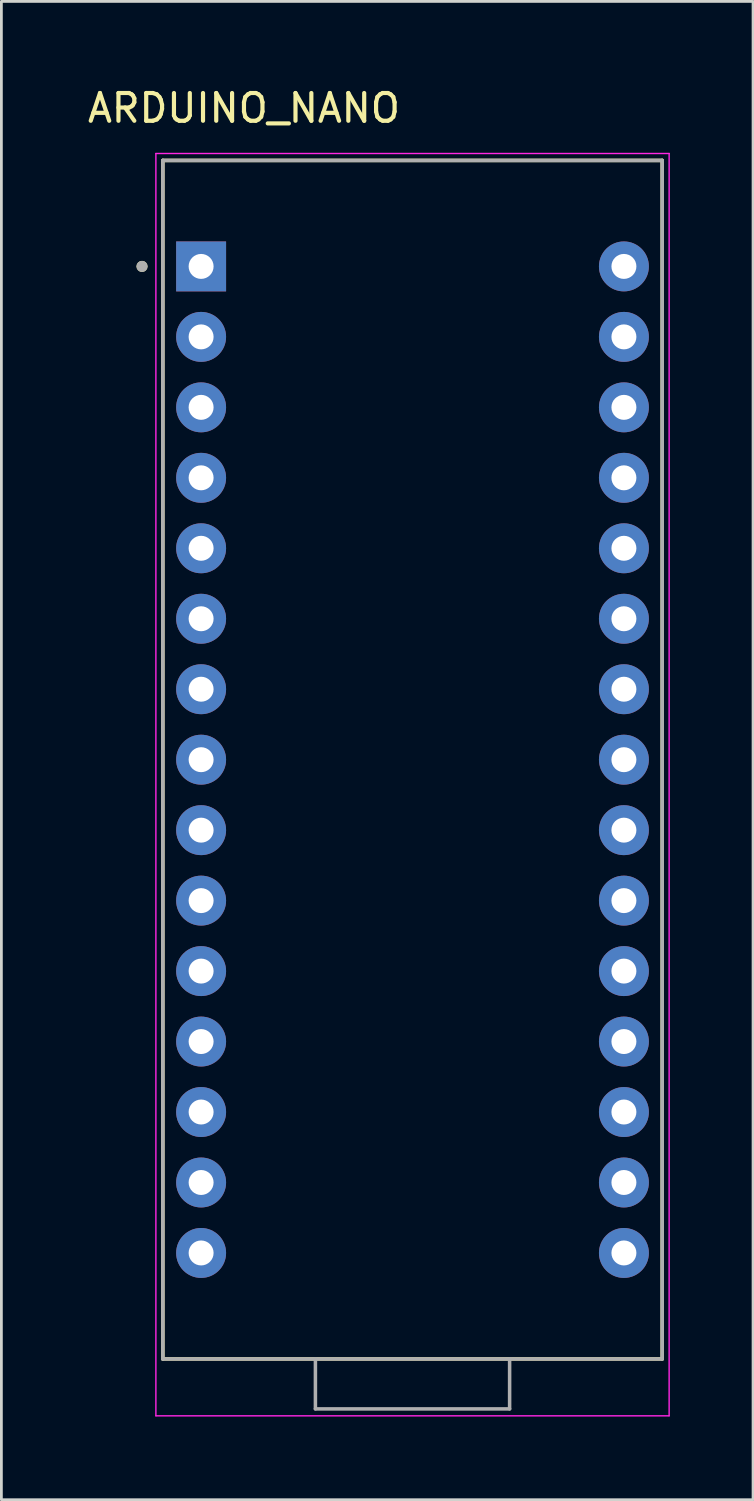
<source format=kicad_pcb>
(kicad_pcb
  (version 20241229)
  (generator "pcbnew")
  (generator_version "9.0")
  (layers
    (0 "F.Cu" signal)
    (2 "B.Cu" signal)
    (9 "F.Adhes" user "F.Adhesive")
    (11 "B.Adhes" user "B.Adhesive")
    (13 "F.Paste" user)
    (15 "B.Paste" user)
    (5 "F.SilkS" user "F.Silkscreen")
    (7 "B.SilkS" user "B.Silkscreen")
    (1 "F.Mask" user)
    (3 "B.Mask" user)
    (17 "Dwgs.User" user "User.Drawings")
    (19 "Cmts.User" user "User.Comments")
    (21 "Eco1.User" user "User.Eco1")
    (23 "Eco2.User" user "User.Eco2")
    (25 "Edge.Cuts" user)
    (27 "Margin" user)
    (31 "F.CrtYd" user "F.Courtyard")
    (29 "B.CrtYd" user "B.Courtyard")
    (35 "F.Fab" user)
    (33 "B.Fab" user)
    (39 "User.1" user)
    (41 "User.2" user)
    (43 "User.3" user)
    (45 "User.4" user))
  (footprint "ARDUINO_NANO"
    (layer "F.Cu")
    (at 11.819 24.333)
    (property "Reference" "ARDUINO_NANO" (at -6.075 -23.485 0) (layer "F.SilkS") (effects (font (size 1 1) (thickness 0.15))))
    (attr through_hole)
    (fp_line (start -9 -21.6) (end 9 -21.6) (stroke (width 0.127) (type solid)) (layer "F.SilkS"))
    (fp_line (start -9 21.6) (end -9 -21.6) (stroke (width 0.127) (type solid)) (layer "F.SilkS"))
    (fp_line (start 9 -21.6) (end 9 21.6) (stroke (width 0.127) (type solid)) (layer "F.SilkS"))
    (fp_line (start 9 21.6) (end -9 21.6) (stroke (width 0.127) (type solid)) (layer "F.SilkS"))
    (fp_circle (center -9.75 -17.78) (end -9.65 -17.78) (stroke (width 0.2) (type solid)) (fill no) (layer "F.SilkS"))
    (fp_line (start -9.25 -21.85) (end -9.25 23.65) (stroke (width 0.05) (type solid)) (layer "F.CrtYd"))
    (fp_line (start -9.25 23.65) (end 9.25 23.65) (stroke (width 0.05) (type solid)) (layer "F.CrtYd"))
    (fp_line (start 9.25 -21.85) (end -9.25 -21.85) (stroke (width 0.05) (type solid)) (layer "F.CrtYd"))
    (fp_line (start 9.25 23.65) (end 9.25 -21.85) (stroke (width 0.05) (type solid)) (layer "F.CrtYd"))
    (fp_line (start -9 -21.6) (end 9 -21.6) (stroke (width 0.127) (type solid)) (layer "F.Fab"))
    (fp_line (start -9 21.6) (end -9 -21.6) (stroke (width 0.127) (type solid)) (layer "F.Fab"))
    (fp_line (start -3.5 21.6) (end -9 21.6) (stroke (width 0.127) (type solid)) (layer "F.Fab"))
    (fp_line (start -3.5 21.6) (end -3.5 23.4) (stroke (width 0.127) (type solid)) (layer "F.Fab"))
    (fp_line (start -3.5 23.4) (end 3.5 23.4) (stroke (width 0.127) (type solid)) (layer "F.Fab"))
    (fp_line (start 3.5 21.6) (end -3.5 21.6) (stroke (width 0.127) (type solid)) (layer "F.Fab"))
    (fp_line (start 3.5 23.4) (end 3.5 21.6) (stroke (width 0.127) (type solid)) (layer "F.Fab"))
    (fp_line (start 9 -21.6) (end 9 21.6) (stroke (width 0.127) (type solid)) (layer "F.Fab"))
    (fp_line (start 9 21.6) (end 3.5 21.6) (stroke (width 0.127) (type solid)) (layer "F.Fab"))
    (fp_circle (center -9.75 -17.78) (end -9.65 -17.78) (stroke (width 0.2) (type solid)) (fill no) (layer "F.Fab"))
    (pad "1" thru_hole rect (at -7.62 -17.78) (size 1.8 1.8) (drill 0.9) (layers "*.Cu" "*.Mask"))
    (pad "2" thru_hole circle (at -7.62 -15.24) (size 1.8 1.8) (drill 0.9) (layers "*.Cu" "*.Mask"))
    (pad "3" thru_hole circle (at -7.62 -12.7) (size 1.8 1.8) (drill 0.9) (layers "*.Cu" "*.Mask"))
    (pad "4" thru_hole circle (at -7.62 -10.16) (size 1.8 1.8) (drill 0.9) (layers "*.Cu" "*.Mask"))
    (pad "5" thru_hole circle (at -7.62 -7.62) (size 1.8 1.8) (drill 0.9) (layers "*.Cu" "*.Mask"))
    (pad "6" thru_hole circle (at -7.62 -5.08) (size 1.8 1.8) (drill 0.9) (layers "*.Cu" "*.Mask"))
    (pad "7" thru_hole circle (at -7.62 -2.54) (size 1.8 1.8) (drill 0.9) (layers "*.Cu" "*.Mask"))
    (pad "8" thru_hole circle (at -7.62 0) (size 1.8 1.8) (drill 0.9) (layers "*.Cu" "*.Mask"))
    (pad "9" thru_hole circle (at -7.62 2.54) (size 1.8 1.8) (drill 0.9) (layers "*.Cu" "*.Mask"))
    (pad "10" thru_hole circle (at -7.62 5.08) (size 1.8 1.8) (drill 0.9) (layers "*.Cu" "*.Mask"))
    (pad "11" thru_hole circle (at -7.62 7.62) (size 1.8 1.8) (drill 0.9) (layers "*.Cu" "*.Mask"))
    (pad "12" thru_hole circle (at -7.62 10.16) (size 1.8 1.8) (drill 0.9) (layers "*.Cu" "*.Mask"))
    (pad "13" thru_hole circle (at -7.62 12.7) (size 1.8 1.8) (drill 0.9) (layers "*.Cu" "*.Mask"))
    (pad "14" thru_hole circle (at -7.62 15.24) (size 1.8 1.8) (drill 0.9) (layers "*.Cu" "*.Mask"))
    (pad "15" thru_hole circle (at -7.62 17.78) (size 1.8 1.8) (drill 0.9) (layers "*.Cu" "*.Mask"))
    (pad "16" thru_hole circle (at 7.62 17.78) (size 1.8 1.8) (drill 0.9) (layers "*.Cu" "*.Mask"))
    (pad "17" thru_hole circle (at 7.62 15.24) (size 1.8 1.8) (drill 0.9) (layers "*.Cu" "*.Mask"))
    (pad "18" thru_hole circle (at 7.62 12.7) (size 1.8 1.8) (drill 0.9) (layers "*.Cu" "*.Mask"))
    (pad "19" thru_hole circle (at 7.62 10.16) (size 1.8 1.8) (drill 0.9) (layers "*.Cu" "*.Mask"))
    (pad "20" thru_hole circle (at 7.62 7.62) (size 1.8 1.8) (drill 0.9) (layers "*.Cu" "*.Mask"))
    (pad "21" thru_hole circle (at 7.62 5.08) (size 1.8 1.8) (drill 0.9) (layers "*.Cu" "*.Mask"))
    (pad "22" thru_hole circle (at 7.62 2.54) (size 1.8 1.8) (drill 0.9) (layers "*.Cu" "*.Mask"))
    (pad "23" thru_hole circle (at 7.62 0) (size 1.8 1.8) (drill 0.9) (layers "*.Cu" "*.Mask"))
    (pad "24" thru_hole circle (at 7.62 -2.54) (size 1.8 1.8) (drill 0.9) (layers "*.Cu" "*.Mask"))
    (pad "25" thru_hole circle (at 7.62 -5.08) (size 1.8 1.8) (drill 0.9) (layers "*.Cu" "*.Mask"))
    (pad "26" thru_hole circle (at 7.62 -7.62) (size 1.8 1.8) (drill 0.9) (layers "*.Cu" "*.Mask"))
    (pad "27" thru_hole circle (at 7.62 -10.16) (size 1.8 1.8) (drill 0.9) (layers "*.Cu" "*.Mask"))
    (pad "28" thru_hole circle (at 7.62 -12.7) (size 1.8 1.8) (drill 0.9) (layers "*.Cu" "*.Mask"))
    (pad "29" thru_hole circle (at 7.62 -15.24) (size 1.8 1.8) (drill 0.9) (layers "*.Cu" "*.Mask"))
    (pad "30" thru_hole circle (at 7.62 -17.78) (size 1.8 1.8) (drill 0.9) (layers "*.Cu" "*.Mask")))
  (gr_rect
    (start -3 -3)
    (end 24.094 51.008)
    (stroke (width 0.1) (type default))
    (fill no)
    (layer "Edge.Cuts")))
</source>
